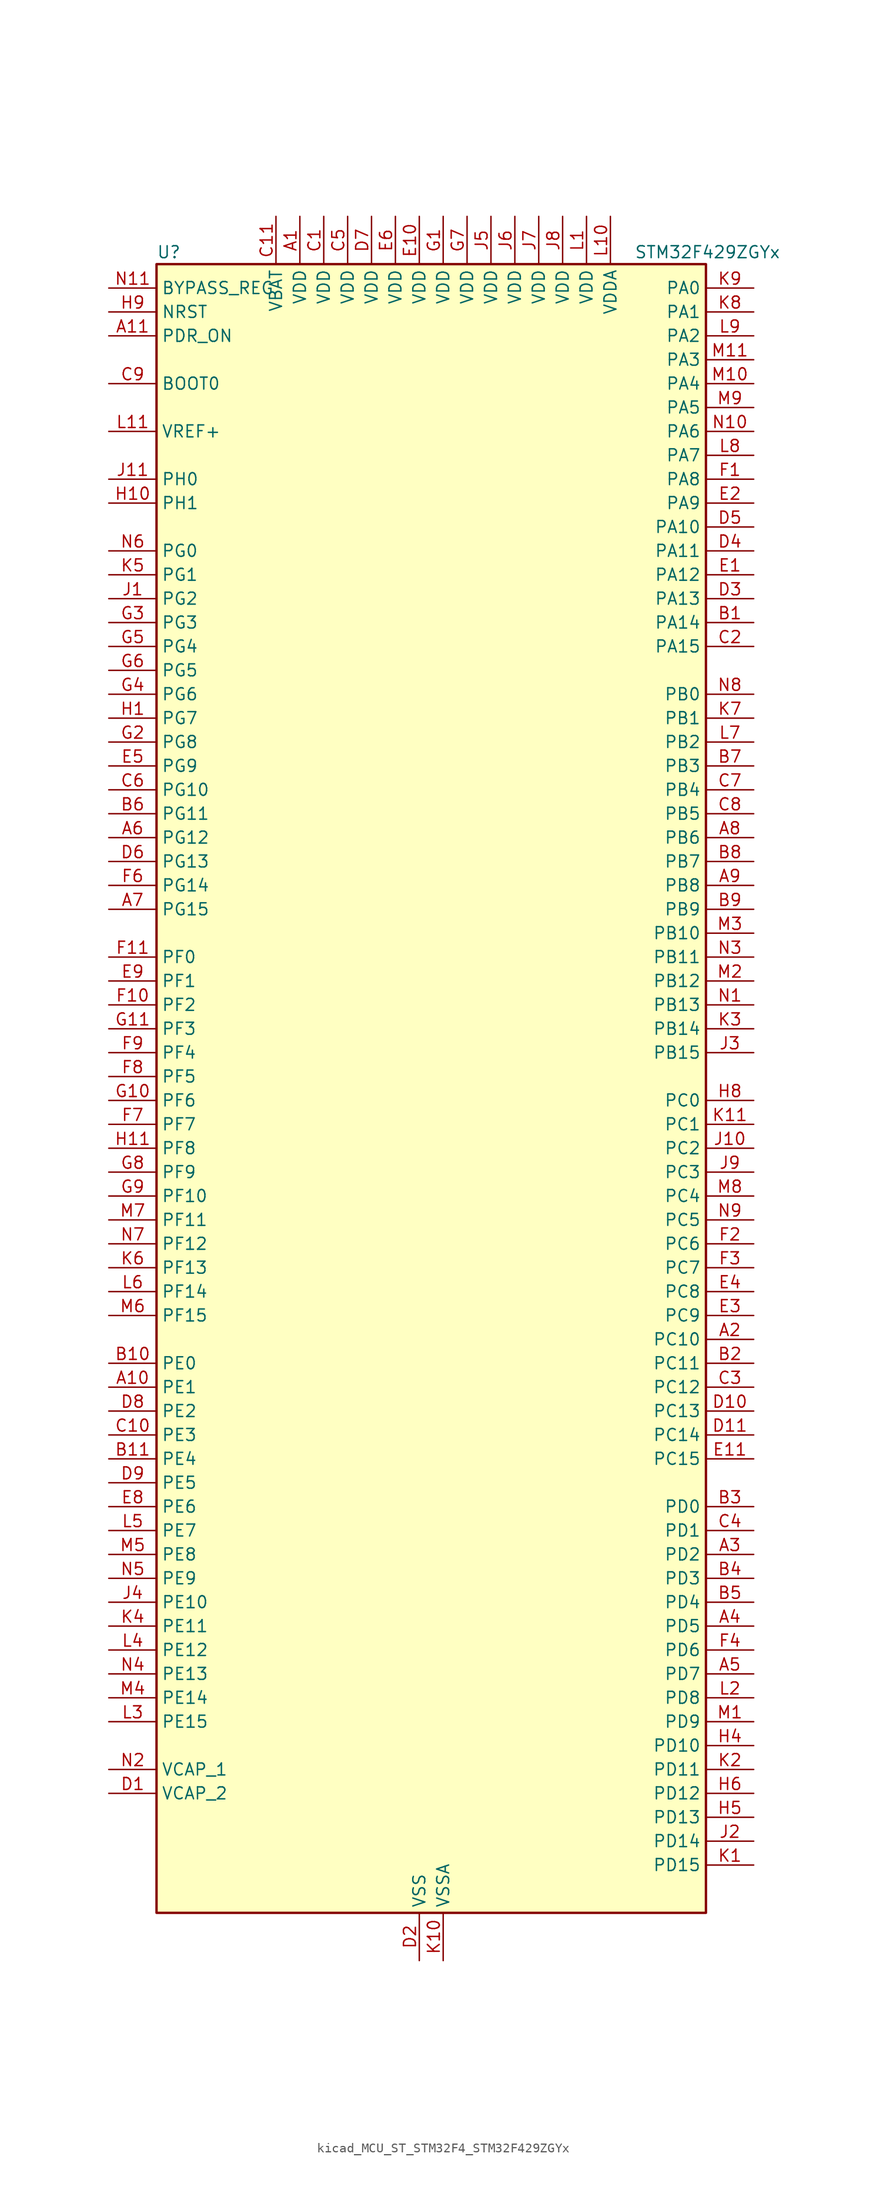
<source format=kicad_sym>
(kicad_symbol_lib
  (version 20220914)
  (generator kicad_symbol_editor)
  (symbol "kicad_MCU_ST_STM32F4_STM32F429ZGYx"
    (property "Reference" "U"
      (at -27.94 90.17 0)
      (effects (font (size 1.27 1.27)) (justify left)))
    (property "Value" "STM32F429ZGYx"
      (at 22.86 90.17 0)
      (effects (font (size 1.27 1.27)) (justify left)))
    (property "ki_locked" ""
      (at 0 0 0)
      (effects (font (size 1.27 1.27))))
    (symbol "kicad_MCU_ST_STM32F4_STM32F429ZGYx_0_1"
      (rectangle (start -27.94 -86.36) (end 30.48 88.9) (stroke (width 0.254) (type default)) (fill (type background))))
    (symbol "kicad_MCU_ST_STM32F4_STM32F429ZGYx_1_1"
      (pin power_in line (at -12.7 93.98 270) (length 5.08) (name "VDD" (effects (font (size 1.27 1.27)))) (number "A1" (effects (font (size 1.27 1.27)))))
      (pin bidirectional line (at -33.02 -30.48 0) (length 5.08) (name "PE1" (effects (font (size 1.27 1.27)))) (number "A10" (effects (font (size 1.27 1.27)))) (alternate "DCMI_D3" bidirectional line) (alternate "FMC_NBL1" bidirectional line) (alternate "UART8_TX" bidirectional line))
      (pin input line (at -33.02 81.28 0) (length 5.08) (name "PDR_ON" (effects (font (size 1.27 1.27)))) (number "A11" (effects (font (size 1.27 1.27)))))
      (pin bidirectional line (at 35.56 -25.4 180) (length 5.08) (name "PC10" (effects (font (size 1.27 1.27)))) (number "A2" (effects (font (size 1.27 1.27)))) (alternate "DCMI_D8" bidirectional line) (alternate "I2S3_CK" bidirectional line) (alternate "LTDC_R2" bidirectional line) (alternate "SDIO_D2" bidirectional line) (alternate "SPI3_SCK" bidirectional line) (alternate "UART4_TX" bidirectional line) (alternate "USART3_TX" bidirectional line))
      (pin bidirectional line (at 35.56 -48.26 180) (length 5.08) (name "PD2" (effects (font (size 1.27 1.27)))) (number "A3" (effects (font (size 1.27 1.27)))) (alternate "DCMI_D11" bidirectional line) (alternate "SDIO_CMD" bidirectional line) (alternate "TIM3_ETR" bidirectional line) (alternate "UART5_RX" bidirectional line))
      (pin bidirectional line (at 35.56 -55.88 180) (length 5.08) (name "PD5" (effects (font (size 1.27 1.27)))) (number "A4" (effects (font (size 1.27 1.27)))) (alternate "FMC_NWE" bidirectional line) (alternate "USART2_TX" bidirectional line))
      (pin bidirectional line (at 35.56 -60.96 180) (length 5.08) (name "PD7" (effects (font (size 1.27 1.27)))) (number "A5" (effects (font (size 1.27 1.27)))) (alternate "FMC_NCE2" bidirectional line) (alternate "FMC_NE1" bidirectional line) (alternate "USART2_CK" bidirectional line))
      (pin bidirectional line (at -33.02 27.94 0) (length 5.08) (name "PG12" (effects (font (size 1.27 1.27)))) (number "A6" (effects (font (size 1.27 1.27)))) (alternate "FMC_NE4" bidirectional line) (alternate "LTDC_B1" bidirectional line) (alternate "LTDC_B4" bidirectional line) (alternate "SPI6_MISO" bidirectional line) (alternate "USART6_RTS" bidirectional line))
      (pin bidirectional line (at -33.02 20.32 0) (length 5.08) (name "PG15" (effects (font (size 1.27 1.27)))) (number "A7" (effects (font (size 1.27 1.27)))) (alternate "ADC1_EXTI15" bidirectional line) (alternate "ADC2_EXTI15" bidirectional line) (alternate "ADC3_EXTI15" bidirectional line) (alternate "DCMI_D13" bidirectional line) (alternate "FMC_SDNCAS" bidirectional line) (alternate "USART6_CTS" bidirectional line))
      (pin bidirectional line (at 35.56 27.94 180) (length 5.08) (name "PB6" (effects (font (size 1.27 1.27)))) (number "A8" (effects (font (size 1.27 1.27)))) (alternate "CAN2_TX" bidirectional line) (alternate "DCMI_D5" bidirectional line) (alternate "FMC_SDNE1" bidirectional line) (alternate "I2C1_SCL" bidirectional line) (alternate "TIM4_CH1" bidirectional line) (alternate "USART1_TX" bidirectional line))
      (pin bidirectional line (at 35.56 22.86 180) (length 5.08) (name "PB8" (effects (font (size 1.27 1.27)))) (number "A9" (effects (font (size 1.27 1.27)))) (alternate "CAN1_RX" bidirectional line) (alternate "DCMI_D6" bidirectional line) (alternate "ETH_TXD3" bidirectional line) (alternate "I2C1_SCL" bidirectional line) (alternate "LTDC_B6" bidirectional line) (alternate "SDIO_D4" bidirectional line) (alternate "TIM10_CH1" bidirectional line) (alternate "TIM4_CH3" bidirectional line))
      (pin bidirectional line (at 35.56 50.8 180) (length 5.08) (name "PA14" (effects (font (size 1.27 1.27)))) (number "B1" (effects (font (size 1.27 1.27)))) (alternate "SYS_JTCK-SWCLK" bidirectional line))
      (pin bidirectional line (at -33.02 -27.94 0) (length 5.08) (name "PE0" (effects (font (size 1.27 1.27)))) (number "B10" (effects (font (size 1.27 1.27)))) (alternate "DCMI_D2" bidirectional line) (alternate "FMC_NBL0" bidirectional line) (alternate "TIM4_ETR" bidirectional line) (alternate "UART8_RX" bidirectional line))
      (pin bidirectional line (at -33.02 -38.1 0) (length 5.08) (name "PE4" (effects (font (size 1.27 1.27)))) (number "B11" (effects (font (size 1.27 1.27)))) (alternate "DCMI_D4" bidirectional line) (alternate "FMC_A20" bidirectional line) (alternate "LTDC_B0" bidirectional line) (alternate "SAI1_FS_A" bidirectional line) (alternate "SPI4_NSS" bidirectional line) (alternate "SYS_TRACED1" bidirectional line))
      (pin bidirectional line (at 35.56 -27.94 180) (length 5.08) (name "PC11" (effects (font (size 1.27 1.27)))) (number "B2" (effects (font (size 1.27 1.27)))) (alternate "ADC1_EXTI11" bidirectional line) (alternate "ADC2_EXTI11" bidirectional line) (alternate "ADC3_EXTI11" bidirectional line) (alternate "DCMI_D4" bidirectional line) (alternate "I2S3_ext_SD" bidirectional line) (alternate "SDIO_D3" bidirectional line) (alternate "SPI3_MISO" bidirectional line) (alternate "UART4_RX" bidirectional line) (alternate "USART3_RX" bidirectional line))
      (pin bidirectional line (at 35.56 -43.18 180) (length 5.08) (name "PD0" (effects (font (size 1.27 1.27)))) (number "B3" (effects (font (size 1.27 1.27)))) (alternate "CAN1_RX" bidirectional line) (alternate "FMC_D2" bidirectional line) (alternate "FMC_DA2" bidirectional line))
      (pin bidirectional line (at 35.56 -50.8 180) (length 5.08) (name "PD3" (effects (font (size 1.27 1.27)))) (number "B4" (effects (font (size 1.27 1.27)))) (alternate "DCMI_D5" bidirectional line) (alternate "FMC_CLK" bidirectional line) (alternate "I2S2_CK" bidirectional line) (alternate "LTDC_G7" bidirectional line) (alternate "SPI2_SCK" bidirectional line) (alternate "USART2_CTS" bidirectional line))
      (pin bidirectional line (at 35.56 -53.34 180) (length 5.08) (name "PD4" (effects (font (size 1.27 1.27)))) (number "B5" (effects (font (size 1.27 1.27)))) (alternate "FMC_NOE" bidirectional line) (alternate "USART2_RTS" bidirectional line))
      (pin bidirectional line (at -33.02 30.48 0) (length 5.08) (name "PG11" (effects (font (size 1.27 1.27)))) (number "B6" (effects (font (size 1.27 1.27)))) (alternate "ADC1_EXTI11" bidirectional line) (alternate "ADC2_EXTI11" bidirectional line) (alternate "ADC3_EXTI11" bidirectional line) (alternate "DCMI_D3" bidirectional line) (alternate "ETH_TX_EN" bidirectional line) (alternate "FMC_NCE4_2" bidirectional line) (alternate "LTDC_B3" bidirectional line))
      (pin bidirectional line (at 35.56 35.56 180) (length 5.08) (name "PB3" (effects (font (size 1.27 1.27)))) (number "B7" (effects (font (size 1.27 1.27)))) (alternate "I2S3_CK" bidirectional line) (alternate "SPI1_SCK" bidirectional line) (alternate "SPI3_SCK" bidirectional line) (alternate "SYS_JTDO-SWO" bidirectional line) (alternate "TIM2_CH2" bidirectional line))
      (pin bidirectional line (at 35.56 25.4 180) (length 5.08) (name "PB7" (effects (font (size 1.27 1.27)))) (number "B8" (effects (font (size 1.27 1.27)))) (alternate "DCMI_VSYNC" bidirectional line) (alternate "FMC_NL" bidirectional line) (alternate "I2C1_SDA" bidirectional line) (alternate "TIM4_CH2" bidirectional line) (alternate "USART1_RX" bidirectional line))
      (pin bidirectional line (at 35.56 20.32 180) (length 5.08) (name "PB9" (effects (font (size 1.27 1.27)))) (number "B9" (effects (font (size 1.27 1.27)))) (alternate "CAN1_TX" bidirectional line) (alternate "DAC_EXTI9" bidirectional line) (alternate "DCMI_D7" bidirectional line) (alternate "I2C1_SDA" bidirectional line) (alternate "I2S2_WS" bidirectional line) (alternate "LTDC_B7" bidirectional line) (alternate "SDIO_D5" bidirectional line) (alternate "SPI2_NSS" bidirectional line) (alternate "TIM11_CH1" bidirectional line) (alternate "TIM4_CH4" bidirectional line))
      (pin power_in line (at -10.16 93.98 270) (length 5.08) (name "VDD" (effects (font (size 1.27 1.27)))) (number "C1" (effects (font (size 1.27 1.27)))))
      (pin bidirectional line (at -33.02 -35.56 0) (length 5.08) (name "PE3" (effects (font (size 1.27 1.27)))) (number "C10" (effects (font (size 1.27 1.27)))) (alternate "FMC_A19" bidirectional line) (alternate "SAI1_SD_B" bidirectional line) (alternate "SYS_TRACED0" bidirectional line))
      (pin power_in line (at -15.24 93.98 270) (length 5.08) (name "VBAT" (effects (font (size 1.27 1.27)))) (number "C11" (effects (font (size 1.27 1.27)))))
      (pin bidirectional line (at 35.56 48.26 180) (length 5.08) (name "PA15" (effects (font (size 1.27 1.27)))) (number "C2" (effects (font (size 1.27 1.27)))) (alternate "ADC1_EXTI15" bidirectional line) (alternate "ADC2_EXTI15" bidirectional line) (alternate "ADC3_EXTI15" bidirectional line) (alternate "I2S3_WS" bidirectional line) (alternate "SPI1_NSS" bidirectional line) (alternate "SPI3_NSS" bidirectional line) (alternate "SYS_JTDI" bidirectional line) (alternate "TIM2_CH1" bidirectional line) (alternate "TIM2_ETR" bidirectional line))
      (pin bidirectional line (at 35.56 -30.48 180) (length 5.08) (name "PC12" (effects (font (size 1.27 1.27)))) (number "C3" (effects (font (size 1.27 1.27)))) (alternate "DCMI_D9" bidirectional line) (alternate "I2S3_SD" bidirectional line) (alternate "SDIO_CK" bidirectional line) (alternate "SPI3_MOSI" bidirectional line) (alternate "UART5_TX" bidirectional line) (alternate "USART3_CK" bidirectional line))
      (pin bidirectional line (at 35.56 -45.72 180) (length 5.08) (name "PD1" (effects (font (size 1.27 1.27)))) (number "C4" (effects (font (size 1.27 1.27)))) (alternate "CAN1_TX" bidirectional line) (alternate "FMC_D3" bidirectional line) (alternate "FMC_DA3" bidirectional line))
      (pin power_in line (at -7.62 93.98 270) (length 5.08) (name "VDD" (effects (font (size 1.27 1.27)))) (number "C5" (effects (font (size 1.27 1.27)))))
      (pin bidirectional line (at -33.02 33.02 0) (length 5.08) (name "PG10" (effects (font (size 1.27 1.27)))) (number "C6" (effects (font (size 1.27 1.27)))) (alternate "DCMI_D2" bidirectional line) (alternate "FMC_NCE4_1" bidirectional line) (alternate "FMC_NE3" bidirectional line) (alternate "LTDC_B2" bidirectional line) (alternate "LTDC_G3" bidirectional line))
      (pin bidirectional line (at 35.56 33.02 180) (length 5.08) (name "PB4" (effects (font (size 1.27 1.27)))) (number "C7" (effects (font (size 1.27 1.27)))) (alternate "I2S3_ext_SD" bidirectional line) (alternate "SPI1_MISO" bidirectional line) (alternate "SPI3_MISO" bidirectional line) (alternate "SYS_JTRST" bidirectional line) (alternate "TIM3_CH1" bidirectional line))
      (pin bidirectional line (at 35.56 30.48 180) (length 5.08) (name "PB5" (effects (font (size 1.27 1.27)))) (number "C8" (effects (font (size 1.27 1.27)))) (alternate "CAN2_RX" bidirectional line) (alternate "DCMI_D10" bidirectional line) (alternate "ETH_PPS_OUT" bidirectional line) (alternate "FMC_SDCKE1" bidirectional line) (alternate "I2C1_SMBA" bidirectional line) (alternate "I2S3_SD" bidirectional line) (alternate "SPI1_MOSI" bidirectional line) (alternate "SPI3_MOSI" bidirectional line) (alternate "TIM3_CH2" bidirectional line) (alternate "USB_OTG_HS_ULPI_D7" bidirectional line))
      (pin input line (at -33.02 76.2 0) (length 5.08) (name "BOOT0" (effects (font (size 1.27 1.27)))) (number "C9" (effects (font (size 1.27 1.27)))))
      (pin power_out line (at -33.02 -73.66 0) (length 5.08) (name "VCAP_2" (effects (font (size 1.27 1.27)))) (number "D1" (effects (font (size 1.27 1.27)))))
      (pin bidirectional line (at 35.56 -33.02 180) (length 5.08) (name "PC13" (effects (font (size 1.27 1.27)))) (number "D10" (effects (font (size 1.27 1.27)))) (alternate "RTC_AF1" bidirectional line))
      (pin bidirectional line (at 35.56 -35.56 180) (length 5.08) (name "PC14" (effects (font (size 1.27 1.27)))) (number "D11" (effects (font (size 1.27 1.27)))) (alternate "RCC_OSC32_IN" bidirectional line))
      (pin power_in line (at 0 -91.44 90) (length 5.08) (name "VSS" (effects (font (size 1.27 1.27)))) (number "D2" (effects (font (size 1.27 1.27)))))
      (pin bidirectional line (at 35.56 53.34 180) (length 5.08) (name "PA13" (effects (font (size 1.27 1.27)))) (number "D3" (effects (font (size 1.27 1.27)))) (alternate "SYS_JTMS-SWDIO" bidirectional line))
      (pin bidirectional line (at 35.56 58.42 180) (length 5.08) (name "PA11" (effects (font (size 1.27 1.27)))) (number "D4" (effects (font (size 1.27 1.27)))) (alternate "ADC1_EXTI11" bidirectional line) (alternate "ADC2_EXTI11" bidirectional line) (alternate "ADC3_EXTI11" bidirectional line) (alternate "CAN1_RX" bidirectional line) (alternate "LTDC_R4" bidirectional line) (alternate "TIM1_CH4" bidirectional line) (alternate "USART1_CTS" bidirectional line) (alternate "USB_OTG_FS_DM" bidirectional line))
      (pin bidirectional line (at 35.56 60.96 180) (length 5.08) (name "PA10" (effects (font (size 1.27 1.27)))) (number "D5" (effects (font (size 1.27 1.27)))) (alternate "DCMI_D1" bidirectional line) (alternate "TIM1_CH3" bidirectional line) (alternate "USART1_RX" bidirectional line) (alternate "USB_OTG_FS_ID" bidirectional line))
      (pin bidirectional line (at -33.02 25.4 0) (length 5.08) (name "PG13" (effects (font (size 1.27 1.27)))) (number "D6" (effects (font (size 1.27 1.27)))) (alternate "ETH_TXD0" bidirectional line) (alternate "FMC_A24" bidirectional line) (alternate "SPI6_SCK" bidirectional line) (alternate "USART6_CTS" bidirectional line))
      (pin power_in line (at -5.08 93.98 270) (length 5.08) (name "VDD" (effects (font (size 1.27 1.27)))) (number "D7" (effects (font (size 1.27 1.27)))))
      (pin bidirectional line (at -33.02 -33.02 0) (length 5.08) (name "PE2" (effects (font (size 1.27 1.27)))) (number "D8" (effects (font (size 1.27 1.27)))) (alternate "ETH_TXD3" bidirectional line) (alternate "FMC_A23" bidirectional line) (alternate "SAI1_MCLK_A" bidirectional line) (alternate "SPI4_SCK" bidirectional line) (alternate "SYS_TRACECLK" bidirectional line))
      (pin bidirectional line (at -33.02 -40.64 0) (length 5.08) (name "PE5" (effects (font (size 1.27 1.27)))) (number "D9" (effects (font (size 1.27 1.27)))) (alternate "DCMI_D6" bidirectional line) (alternate "FMC_A21" bidirectional line) (alternate "LTDC_G0" bidirectional line) (alternate "SAI1_SCK_A" bidirectional line) (alternate "SPI4_MISO" bidirectional line) (alternate "SYS_TRACED2" bidirectional line) (alternate "TIM9_CH1" bidirectional line))
      (pin bidirectional line (at 35.56 55.88 180) (length 5.08) (name "PA12" (effects (font (size 1.27 1.27)))) (number "E1" (effects (font (size 1.27 1.27)))) (alternate "CAN1_TX" bidirectional line) (alternate "LTDC_R5" bidirectional line) (alternate "TIM1_ETR" bidirectional line) (alternate "USART1_RTS" bidirectional line) (alternate "USB_OTG_FS_DP" bidirectional line))
      (pin power_in line (at 0 93.98 270) (length 5.08) (name "VDD" (effects (font (size 1.27 1.27)))) (number "E10" (effects (font (size 1.27 1.27)))))
      (pin bidirectional line (at 35.56 -38.1 180) (length 5.08) (name "PC15" (effects (font (size 1.27 1.27)))) (number "E11" (effects (font (size 1.27 1.27)))) (alternate "ADC1_EXTI15" bidirectional line) (alternate "ADC2_EXTI15" bidirectional line) (alternate "ADC3_EXTI15" bidirectional line) (alternate "RCC_OSC32_OUT" bidirectional line))
      (pin bidirectional line (at 35.56 63.5 180) (length 5.08) (name "PA9" (effects (font (size 1.27 1.27)))) (number "E2" (effects (font (size 1.27 1.27)))) (alternate "DAC_EXTI9" bidirectional line) (alternate "DCMI_D0" bidirectional line) (alternate "I2C3_SMBA" bidirectional line) (alternate "TIM1_CH2" bidirectional line) (alternate "USART1_TX" bidirectional line) (alternate "USB_OTG_FS_VBUS" bidirectional line))
      (pin bidirectional line (at 35.56 -22.86 180) (length 5.08) (name "PC9" (effects (font (size 1.27 1.27)))) (number "E3" (effects (font (size 1.27 1.27)))) (alternate "DAC_EXTI9" bidirectional line) (alternate "DCMI_D3" bidirectional line) (alternate "I2C3_SDA" bidirectional line) (alternate "I2S_CKIN" bidirectional line) (alternate "RCC_MCO_2" bidirectional line) (alternate "SDIO_D1" bidirectional line) (alternate "TIM3_CH4" bidirectional line) (alternate "TIM8_CH4" bidirectional line))
      (pin bidirectional line (at 35.56 -20.32 180) (length 5.08) (name "PC8" (effects (font (size 1.27 1.27)))) (number "E4" (effects (font (size 1.27 1.27)))) (alternate "DCMI_D2" bidirectional line) (alternate "SDIO_D0" bidirectional line) (alternate "TIM3_CH3" bidirectional line) (alternate "TIM8_CH3" bidirectional line) (alternate "USART6_CK" bidirectional line))
      (pin bidirectional line (at -33.02 35.56 0) (length 5.08) (name "PG9" (effects (font (size 1.27 1.27)))) (number "E5" (effects (font (size 1.27 1.27)))) (alternate "DAC_EXTI9" bidirectional line) (alternate "DCMI_VSYNC" bidirectional line) (alternate "FMC_NCE3" bidirectional line) (alternate "FMC_NE2" bidirectional line) (alternate "USART6_RX" bidirectional line))
      (pin power_in line (at -2.54 93.98 270) (length 5.08) (name "VDD" (effects (font (size 1.27 1.27)))) (number "E6" (effects (font (size 1.27 1.27)))))
      (pin passive line (at 0 -91.44 90) (length 5.08) hide (name "VSS" (effects (font (size 1.27 1.27)))) (number "E7" (effects (font (size 1.27 1.27)))))
      (pin bidirectional line (at -33.02 -43.18 0) (length 5.08) (name "PE6" (effects (font (size 1.27 1.27)))) (number "E8" (effects (font (size 1.27 1.27)))) (alternate "DCMI_D7" bidirectional line) (alternate "FMC_A22" bidirectional line) (alternate "LTDC_G1" bidirectional line) (alternate "SAI1_SD_A" bidirectional line) (alternate "SPI4_MOSI" bidirectional line) (alternate "SYS_TRACED3" bidirectional line) (alternate "TIM9_CH2" bidirectional line))
      (pin bidirectional line (at -33.02 12.7 0) (length 5.08) (name "PF1" (effects (font (size 1.27 1.27)))) (number "E9" (effects (font (size 1.27 1.27)))) (alternate "FMC_A1" bidirectional line) (alternate "I2C2_SCL" bidirectional line))
      (pin bidirectional line (at 35.56 66.04 180) (length 5.08) (name "PA8" (effects (font (size 1.27 1.27)))) (number "F1" (effects (font (size 1.27 1.27)))) (alternate "I2C3_SCL" bidirectional line) (alternate "LTDC_R6" bidirectional line) (alternate "RCC_MCO_1" bidirectional line) (alternate "TIM1_CH1" bidirectional line) (alternate "USART1_CK" bidirectional line) (alternate "USB_OTG_FS_SOF" bidirectional line))
      (pin bidirectional line (at -33.02 10.16 0) (length 5.08) (name "PF2" (effects (font (size 1.27 1.27)))) (number "F10" (effects (font (size 1.27 1.27)))) (alternate "FMC_A2" bidirectional line) (alternate "I2C2_SMBA" bidirectional line))
      (pin bidirectional line (at -33.02 15.24 0) (length 5.08) (name "PF0" (effects (font (size 1.27 1.27)))) (number "F11" (effects (font (size 1.27 1.27)))) (alternate "FMC_A0" bidirectional line) (alternate "I2C2_SDA" bidirectional line))
      (pin bidirectional line (at 35.56 -15.24 180) (length 5.08) (name "PC6" (effects (font (size 1.27 1.27)))) (number "F2" (effects (font (size 1.27 1.27)))) (alternate "DCMI_D0" bidirectional line) (alternate "I2S2_MCK" bidirectional line) (alternate "LTDC_HSYNC" bidirectional line) (alternate "SDIO_D6" bidirectional line) (alternate "TIM3_CH1" bidirectional line) (alternate "TIM8_CH1" bidirectional line) (alternate "USART6_TX" bidirectional line))
      (pin bidirectional line (at 35.56 -17.78 180) (length 5.08) (name "PC7" (effects (font (size 1.27 1.27)))) (number "F3" (effects (font (size 1.27 1.27)))) (alternate "DCMI_D1" bidirectional line) (alternate "I2S3_MCK" bidirectional line) (alternate "LTDC_G6" bidirectional line) (alternate "SDIO_D7" bidirectional line) (alternate "TIM3_CH2" bidirectional line) (alternate "TIM8_CH2" bidirectional line) (alternate "USART6_RX" bidirectional line))
      (pin bidirectional line (at 35.56 -58.42 180) (length 5.08) (name "PD6" (effects (font (size 1.27 1.27)))) (number "F4" (effects (font (size 1.27 1.27)))) (alternate "DCMI_D10" bidirectional line) (alternate "FMC_NWAIT" bidirectional line) (alternate "I2S3_SD" bidirectional line) (alternate "LTDC_B2" bidirectional line) (alternate "SAI1_SD_A" bidirectional line) (alternate "SPI3_MOSI" bidirectional line) (alternate "USART2_RX" bidirectional line))
      (pin passive line (at 0 -91.44 90) (length 5.08) hide (name "VSS" (effects (font (size 1.27 1.27)))) (number "F5" (effects (font (size 1.27 1.27)))))
      (pin bidirectional line (at -33.02 22.86 0) (length 5.08) (name "PG14" (effects (font (size 1.27 1.27)))) (number "F6" (effects (font (size 1.27 1.27)))) (alternate "ETH_TXD1" bidirectional line) (alternate "FMC_A25" bidirectional line) (alternate "SPI6_MOSI" bidirectional line) (alternate "USART6_TX" bidirectional line))
      (pin bidirectional line (at -33.02 -2.54 0) (length 5.08) (name "PF7" (effects (font (size 1.27 1.27)))) (number "F7" (effects (font (size 1.27 1.27)))) (alternate "ADC3_IN5" bidirectional line) (alternate "FMC_NREG" bidirectional line) (alternate "SAI1_MCLK_B" bidirectional line) (alternate "SPI5_SCK" bidirectional line) (alternate "TIM11_CH1" bidirectional line) (alternate "UART7_TX" bidirectional line))
      (pin bidirectional line (at -33.02 2.54 0) (length 5.08) (name "PF5" (effects (font (size 1.27 1.27)))) (number "F8" (effects (font (size 1.27 1.27)))) (alternate "ADC3_IN15" bidirectional line) (alternate "FMC_A5" bidirectional line))
      (pin bidirectional line (at -33.02 5.08 0) (length 5.08) (name "PF4" (effects (font (size 1.27 1.27)))) (number "F9" (effects (font (size 1.27 1.27)))) (alternate "ADC3_IN14" bidirectional line) (alternate "FMC_A4" bidirectional line))
      (pin power_in line (at 2.54 93.98 270) (length 5.08) (name "VDD" (effects (font (size 1.27 1.27)))) (number "G1" (effects (font (size 1.27 1.27)))))
      (pin bidirectional line (at -33.02 0 0) (length 5.08) (name "PF6" (effects (font (size 1.27 1.27)))) (number "G10" (effects (font (size 1.27 1.27)))) (alternate "ADC3_IN4" bidirectional line) (alternate "FMC_NIORD" bidirectional line) (alternate "SAI1_SD_B" bidirectional line) (alternate "SPI5_NSS" bidirectional line) (alternate "TIM10_CH1" bidirectional line) (alternate "UART7_RX" bidirectional line))
      (pin bidirectional line (at -33.02 7.62 0) (length 5.08) (name "PF3" (effects (font (size 1.27 1.27)))) (number "G11" (effects (font (size 1.27 1.27)))) (alternate "ADC3_IN9" bidirectional line) (alternate "FMC_A3" bidirectional line))
      (pin bidirectional line (at -33.02 38.1 0) (length 5.08) (name "PG8" (effects (font (size 1.27 1.27)))) (number "G2" (effects (font (size 1.27 1.27)))) (alternate "ETH_PPS_OUT" bidirectional line) (alternate "FMC_SDCLK" bidirectional line) (alternate "SPI6_NSS" bidirectional line) (alternate "USART6_RTS" bidirectional line))
      (pin bidirectional line (at -33.02 50.8 0) (length 5.08) (name "PG3" (effects (font (size 1.27 1.27)))) (number "G3" (effects (font (size 1.27 1.27)))) (alternate "FMC_A13" bidirectional line))
      (pin bidirectional line (at -33.02 43.18 0) (length 5.08) (name "PG6" (effects (font (size 1.27 1.27)))) (number "G4" (effects (font (size 1.27 1.27)))) (alternate "DCMI_D12" bidirectional line) (alternate "FMC_INT2" bidirectional line) (alternate "LTDC_R7" bidirectional line))
      (pin bidirectional line (at -33.02 48.26 0) (length 5.08) (name "PG4" (effects (font (size 1.27 1.27)))) (number "G5" (effects (font (size 1.27 1.27)))) (alternate "FMC_A14" bidirectional line) (alternate "FMC_BA0" bidirectional line))
      (pin bidirectional line (at -33.02 45.72 0) (length 5.08) (name "PG5" (effects (font (size 1.27 1.27)))) (number "G6" (effects (font (size 1.27 1.27)))) (alternate "FMC_A15" bidirectional line) (alternate "FMC_BA1" bidirectional line))
      (pin power_in line (at 5.08 93.98 270) (length 5.08) (name "VDD" (effects (font (size 1.27 1.27)))) (number "G7" (effects (font (size 1.27 1.27)))))
      (pin bidirectional line (at -33.02 -7.62 0) (length 5.08) (name "PF9" (effects (font (size 1.27 1.27)))) (number "G8" (effects (font (size 1.27 1.27)))) (alternate "ADC3_IN7" bidirectional line) (alternate "DAC_EXTI9" bidirectional line) (alternate "FMC_CD" bidirectional line) (alternate "SAI1_FS_B" bidirectional line) (alternate "SPI5_MOSI" bidirectional line) (alternate "TIM14_CH1" bidirectional line))
      (pin bidirectional line (at -33.02 -10.16 0) (length 5.08) (name "PF10" (effects (font (size 1.27 1.27)))) (number "G9" (effects (font (size 1.27 1.27)))) (alternate "ADC3_IN8" bidirectional line) (alternate "DCMI_D11" bidirectional line) (alternate "FMC_INTR" bidirectional line) (alternate "LTDC_DE" bidirectional line))
      (pin bidirectional line (at -33.02 40.64 0) (length 5.08) (name "PG7" (effects (font (size 1.27 1.27)))) (number "H1" (effects (font (size 1.27 1.27)))) (alternate "DCMI_D13" bidirectional line) (alternate "FMC_INT3" bidirectional line) (alternate "LTDC_CLK" bidirectional line) (alternate "USART6_CK" bidirectional line))
      (pin bidirectional line (at -33.02 63.5 0) (length 5.08) (name "PH1" (effects (font (size 1.27 1.27)))) (number "H10" (effects (font (size 1.27 1.27)))) (alternate "RCC_OSC_OUT" bidirectional line))
      (pin bidirectional line (at -33.02 -5.08 0) (length 5.08) (name "PF8" (effects (font (size 1.27 1.27)))) (number "H11" (effects (font (size 1.27 1.27)))) (alternate "ADC3_IN6" bidirectional line) (alternate "FMC_NIOWR" bidirectional line) (alternate "SAI1_SCK_B" bidirectional line) (alternate "SPI5_MISO" bidirectional line) (alternate "TIM13_CH1" bidirectional line))
      (pin passive line (at 0 -91.44 90) (length 5.08) hide (name "VSS" (effects (font (size 1.27 1.27)))) (number "H2" (effects (font (size 1.27 1.27)))))
      (pin passive line (at 0 -91.44 90) (length 5.08) hide (name "VSS" (effects (font (size 1.27 1.27)))) (number "H3" (effects (font (size 1.27 1.27)))))
      (pin bidirectional line (at 35.56 -68.58 180) (length 5.08) (name "PD10" (effects (font (size 1.27 1.27)))) (number "H4" (effects (font (size 1.27 1.27)))) (alternate "FMC_D15" bidirectional line) (alternate "FMC_DA15" bidirectional line) (alternate "LTDC_B3" bidirectional line) (alternate "USART3_CK" bidirectional line))
      (pin bidirectional line (at 35.56 -76.2 180) (length 5.08) (name "PD13" (effects (font (size 1.27 1.27)))) (number "H5" (effects (font (size 1.27 1.27)))) (alternate "FMC_A18" bidirectional line) (alternate "TIM4_CH2" bidirectional line))
      (pin bidirectional line (at 35.56 -73.66 180) (length 5.08) (name "PD12" (effects (font (size 1.27 1.27)))) (number "H6" (effects (font (size 1.27 1.27)))) (alternate "FMC_A17" bidirectional line) (alternate "FMC_ALE" bidirectional line) (alternate "TIM4_CH1" bidirectional line) (alternate "USART3_RTS" bidirectional line))
      (pin passive line (at 0 -91.44 90) (length 5.08) hide (name "VSS" (effects (font (size 1.27 1.27)))) (number "H7" (effects (font (size 1.27 1.27)))))
      (pin bidirectional line (at 35.56 0 180) (length 5.08) (name "PC0" (effects (font (size 1.27 1.27)))) (number "H8" (effects (font (size 1.27 1.27)))) (alternate "ADC1_IN10" bidirectional line) (alternate "ADC2_IN10" bidirectional line) (alternate "ADC3_IN10" bidirectional line) (alternate "FMC_SDNWE" bidirectional line) (alternate "USB_OTG_HS_ULPI_STP" bidirectional line))
      (pin input line (at -33.02 83.82 0) (length 5.08) (name "NRST" (effects (font (size 1.27 1.27)))) (number "H9" (effects (font (size 1.27 1.27)))))
      (pin bidirectional line (at -33.02 53.34 0) (length 5.08) (name "PG2" (effects (font (size 1.27 1.27)))) (number "J1" (effects (font (size 1.27 1.27)))) (alternate "FMC_A12" bidirectional line))
      (pin bidirectional line (at 35.56 -5.08 180) (length 5.08) (name "PC2" (effects (font (size 1.27 1.27)))) (number "J10" (effects (font (size 1.27 1.27)))) (alternate "ADC1_IN12" bidirectional line) (alternate "ADC2_IN12" bidirectional line) (alternate "ADC3_IN12" bidirectional line) (alternate "ETH_TXD2" bidirectional line) (alternate "FMC_SDNE0" bidirectional line) (alternate "I2S2_ext_SD" bidirectional line) (alternate "SPI2_MISO" bidirectional line) (alternate "USB_OTG_HS_ULPI_DIR" bidirectional line))
      (pin bidirectional line (at -33.02 66.04 0) (length 5.08) (name "PH0" (effects (font (size 1.27 1.27)))) (number "J11" (effects (font (size 1.27 1.27)))) (alternate "RCC_OSC_IN" bidirectional line))
      (pin bidirectional line (at 35.56 -78.74 180) (length 5.08) (name "PD14" (effects (font (size 1.27 1.27)))) (number "J2" (effects (font (size 1.27 1.27)))) (alternate "FMC_D0" bidirectional line) (alternate "FMC_DA0" bidirectional line) (alternate "TIM4_CH3" bidirectional line))
      (pin bidirectional line (at 35.56 5.08 180) (length 5.08) (name "PB15" (effects (font (size 1.27 1.27)))) (number "J3" (effects (font (size 1.27 1.27)))) (alternate "ADC1_EXTI15" bidirectional line) (alternate "ADC2_EXTI15" bidirectional line) (alternate "ADC3_EXTI15" bidirectional line) (alternate "I2S2_SD" bidirectional line) (alternate "RTC_REFIN" bidirectional line) (alternate "SPI2_MOSI" bidirectional line) (alternate "TIM12_CH2" bidirectional line) (alternate "TIM1_CH3N" bidirectional line) (alternate "TIM8_CH3N" bidirectional line) (alternate "USB_OTG_HS_DP" bidirectional line))
      (pin bidirectional line (at -33.02 -53.34 0) (length 5.08) (name "PE10" (effects (font (size 1.27 1.27)))) (number "J4" (effects (font (size 1.27 1.27)))) (alternate "FMC_D7" bidirectional line) (alternate "FMC_DA7" bidirectional line) (alternate "TIM1_CH2N" bidirectional line))
      (pin power_in line (at 7.62 93.98 270) (length 5.08) (name "VDD" (effects (font (size 1.27 1.27)))) (number "J5" (effects (font (size 1.27 1.27)))))
      (pin power_in line (at 10.16 93.98 270) (length 5.08) (name "VDD" (effects (font (size 1.27 1.27)))) (number "J6" (effects (font (size 1.27 1.27)))))
      (pin power_in line (at 12.7 93.98 270) (length 5.08) (name "VDD" (effects (font (size 1.27 1.27)))) (number "J7" (effects (font (size 1.27 1.27)))))
      (pin power_in line (at 15.24 93.98 270) (length 5.08) (name "VDD" (effects (font (size 1.27 1.27)))) (number "J8" (effects (font (size 1.27 1.27)))))
      (pin bidirectional line (at 35.56 -7.62 180) (length 5.08) (name "PC3" (effects (font (size 1.27 1.27)))) (number "J9" (effects (font (size 1.27 1.27)))) (alternate "ADC1_IN13" bidirectional line) (alternate "ADC2_IN13" bidirectional line) (alternate "ADC3_IN13" bidirectional line) (alternate "ETH_TX_CLK" bidirectional line) (alternate "FMC_SDCKE0" bidirectional line) (alternate "I2S2_SD" bidirectional line) (alternate "SPI2_MOSI" bidirectional line) (alternate "USB_OTG_HS_ULPI_NXT" bidirectional line))
      (pin bidirectional line (at 35.56 -81.28 180) (length 5.08) (name "PD15" (effects (font (size 1.27 1.27)))) (number "K1" (effects (font (size 1.27 1.27)))) (alternate "ADC1_EXTI15" bidirectional line) (alternate "ADC2_EXTI15" bidirectional line) (alternate "ADC3_EXTI15" bidirectional line) (alternate "FMC_D1" bidirectional line) (alternate "FMC_DA1" bidirectional line) (alternate "TIM4_CH4" bidirectional line))
      (pin power_in line (at 2.54 -91.44 90) (length 5.08) (name "VSSA" (effects (font (size 1.27 1.27)))) (number "K10" (effects (font (size 1.27 1.27)))))
      (pin bidirectional line (at 35.56 -2.54 180) (length 5.08) (name "PC1" (effects (font (size 1.27 1.27)))) (number "K11" (effects (font (size 1.27 1.27)))) (alternate "ADC1_IN11" bidirectional line) (alternate "ADC2_IN11" bidirectional line) (alternate "ADC3_IN11" bidirectional line) (alternate "ETH_MDC" bidirectional line))
      (pin bidirectional line (at 35.56 -71.12 180) (length 5.08) (name "PD11" (effects (font (size 1.27 1.27)))) (number "K2" (effects (font (size 1.27 1.27)))) (alternate "ADC1_EXTI11" bidirectional line) (alternate "ADC2_EXTI11" bidirectional line) (alternate "ADC3_EXTI11" bidirectional line) (alternate "FMC_A16" bidirectional line) (alternate "FMC_CLE" bidirectional line) (alternate "USART3_CTS" bidirectional line))
      (pin bidirectional line (at 35.56 7.62 180) (length 5.08) (name "PB14" (effects (font (size 1.27 1.27)))) (number "K3" (effects (font (size 1.27 1.27)))) (alternate "I2S2_ext_SD" bidirectional line) (alternate "SPI2_MISO" bidirectional line) (alternate "TIM12_CH1" bidirectional line) (alternate "TIM1_CH2N" bidirectional line) (alternate "TIM8_CH2N" bidirectional line) (alternate "USART3_RTS" bidirectional line) (alternate "USB_OTG_HS_DM" bidirectional line))
      (pin bidirectional line (at -33.02 -55.88 0) (length 5.08) (name "PE11" (effects (font (size 1.27 1.27)))) (number "K4" (effects (font (size 1.27 1.27)))) (alternate "ADC1_EXTI11" bidirectional line) (alternate "ADC2_EXTI11" bidirectional line) (alternate "ADC3_EXTI11" bidirectional line) (alternate "FMC_D8" bidirectional line) (alternate "FMC_DA8" bidirectional line) (alternate "LTDC_G3" bidirectional line) (alternate "SPI4_NSS" bidirectional line) (alternate "TIM1_CH2" bidirectional line))
      (pin bidirectional line (at -33.02 55.88 0) (length 5.08) (name "PG1" (effects (font (size 1.27 1.27)))) (number "K5" (effects (font (size 1.27 1.27)))) (alternate "FMC_A11" bidirectional line))
      (pin bidirectional line (at -33.02 -17.78 0) (length 5.08) (name "PF13" (effects (font (size 1.27 1.27)))) (number "K6" (effects (font (size 1.27 1.27)))) (alternate "FMC_A7" bidirectional line))
      (pin bidirectional line (at 35.56 40.64 180) (length 5.08) (name "PB1" (effects (font (size 1.27 1.27)))) (number "K7" (effects (font (size 1.27 1.27)))) (alternate "ADC1_IN9" bidirectional line) (alternate "ADC2_IN9" bidirectional line) (alternate "ETH_RXD3" bidirectional line) (alternate "LTDC_R6" bidirectional line) (alternate "TIM1_CH3N" bidirectional line) (alternate "TIM3_CH4" bidirectional line) (alternate "TIM8_CH3N" bidirectional line) (alternate "USB_OTG_HS_ULPI_D2" bidirectional line))
      (pin bidirectional line (at 35.56 83.82 180) (length 5.08) (name "PA1" (effects (font (size 1.27 1.27)))) (number "K8" (effects (font (size 1.27 1.27)))) (alternate "ADC1_IN1" bidirectional line) (alternate "ADC2_IN1" bidirectional line) (alternate "ADC3_IN1" bidirectional line) (alternate "ETH_REF_CLK" bidirectional line) (alternate "ETH_RX_CLK" bidirectional line) (alternate "TIM2_CH2" bidirectional line) (alternate "TIM5_CH2" bidirectional line) (alternate "UART4_RX" bidirectional line) (alternate "USART2_RTS" bidirectional line))
      (pin bidirectional line (at 35.56 86.36 180) (length 5.08) (name "PA0" (effects (font (size 1.27 1.27)))) (number "K9" (effects (font (size 1.27 1.27)))) (alternate "ADC1_IN0" bidirectional line) (alternate "ADC2_IN0" bidirectional line) (alternate "ADC3_IN0" bidirectional line) (alternate "ETH_CRS" bidirectional line) (alternate "SYS_WKUP" bidirectional line) (alternate "TIM2_CH1" bidirectional line) (alternate "TIM2_ETR" bidirectional line) (alternate "TIM5_CH1" bidirectional line) (alternate "TIM8_ETR" bidirectional line) (alternate "UART4_TX" bidirectional line) (alternate "USART2_CTS" bidirectional line))
      (pin power_in line (at 17.78 93.98 270) (length 5.08) (name "VDD" (effects (font (size 1.27 1.27)))) (number "L1" (effects (font (size 1.27 1.27)))))
      (pin power_in line (at 20.32 93.98 270) (length 5.08) (name "VDDA" (effects (font (size 1.27 1.27)))) (number "L10" (effects (font (size 1.27 1.27)))))
      (pin input line (at -33.02 71.12 0) (length 5.08) (name "VREF+" (effects (font (size 1.27 1.27)))) (number "L11" (effects (font (size 1.27 1.27)))))
      (pin bidirectional line (at 35.56 -63.5 180) (length 5.08) (name "PD8" (effects (font (size 1.27 1.27)))) (number "L2" (effects (font (size 1.27 1.27)))) (alternate "FMC_D13" bidirectional line) (alternate "FMC_DA13" bidirectional line) (alternate "USART3_TX" bidirectional line))
      (pin bidirectional line (at -33.02 -66.04 0) (length 5.08) (name "PE15" (effects (font (size 1.27 1.27)))) (number "L3" (effects (font (size 1.27 1.27)))) (alternate "ADC1_EXTI15" bidirectional line) (alternate "ADC2_EXTI15" bidirectional line) (alternate "ADC3_EXTI15" bidirectional line) (alternate "FMC_D12" bidirectional line) (alternate "FMC_DA12" bidirectional line) (alternate "LTDC_R7" bidirectional line) (alternate "TIM1_BKIN" bidirectional line))
      (pin bidirectional line (at -33.02 -58.42 0) (length 5.08) (name "PE12" (effects (font (size 1.27 1.27)))) (number "L4" (effects (font (size 1.27 1.27)))) (alternate "FMC_D9" bidirectional line) (alternate "FMC_DA9" bidirectional line) (alternate "LTDC_B4" bidirectional line) (alternate "SPI4_SCK" bidirectional line) (alternate "TIM1_CH3N" bidirectional line))
      (pin bidirectional line (at -33.02 -45.72 0) (length 5.08) (name "PE7" (effects (font (size 1.27 1.27)))) (number "L5" (effects (font (size 1.27 1.27)))) (alternate "FMC_D4" bidirectional line) (alternate "FMC_DA4" bidirectional line) (alternate "TIM1_ETR" bidirectional line) (alternate "UART7_RX" bidirectional line))
      (pin bidirectional line (at -33.02 -20.32 0) (length 5.08) (name "PF14" (effects (font (size 1.27 1.27)))) (number "L6" (effects (font (size 1.27 1.27)))) (alternate "FMC_A8" bidirectional line))
      (pin bidirectional line (at 35.56 38.1 180) (length 5.08) (name "PB2" (effects (font (size 1.27 1.27)))) (number "L7" (effects (font (size 1.27 1.27)))))
      (pin bidirectional line (at 35.56 68.58 180) (length 5.08) (name "PA7" (effects (font (size 1.27 1.27)))) (number "L8" (effects (font (size 1.27 1.27)))) (alternate "ADC1_IN7" bidirectional line) (alternate "ADC2_IN7" bidirectional line) (alternate "ETH_CRS_DV" bidirectional line) (alternate "ETH_RX_DV" bidirectional line) (alternate "SPI1_MOSI" bidirectional line) (alternate "TIM14_CH1" bidirectional line) (alternate "TIM1_CH1N" bidirectional line) (alternate "TIM3_CH2" bidirectional line) (alternate "TIM8_CH1N" bidirectional line))
      (pin bidirectional line (at 35.56 81.28 180) (length 5.08) (name "PA2" (effects (font (size 1.27 1.27)))) (number "L9" (effects (font (size 1.27 1.27)))) (alternate "ADC1_IN2" bidirectional line) (alternate "ADC2_IN2" bidirectional line) (alternate "ADC3_IN2" bidirectional line) (alternate "ETH_MDIO" bidirectional line) (alternate "TIM2_CH3" bidirectional line) (alternate "TIM5_CH3" bidirectional line) (alternate "TIM9_CH1" bidirectional line) (alternate "USART2_TX" bidirectional line))
      (pin bidirectional line (at 35.56 -66.04 180) (length 5.08) (name "PD9" (effects (font (size 1.27 1.27)))) (number "M1" (effects (font (size 1.27 1.27)))) (alternate "DAC_EXTI9" bidirectional line) (alternate "FMC_D14" bidirectional line) (alternate "FMC_DA14" bidirectional line) (alternate "USART3_RX" bidirectional line))
      (pin bidirectional line (at 35.56 76.2 180) (length 5.08) (name "PA4" (effects (font (size 1.27 1.27)))) (number "M10" (effects (font (size 1.27 1.27)))) (alternate "ADC1_IN4" bidirectional line) (alternate "ADC2_IN4" bidirectional line) (alternate "DAC_OUT1" bidirectional line) (alternate "DCMI_HSYNC" bidirectional line) (alternate "I2S3_WS" bidirectional line) (alternate "LTDC_VSYNC" bidirectional line) (alternate "SPI1_NSS" bidirectional line) (alternate "SPI3_NSS" bidirectional line) (alternate "USART2_CK" bidirectional line) (alternate "USB_OTG_HS_SOF" bidirectional line))
      (pin bidirectional line (at 35.56 78.74 180) (length 5.08) (name "PA3" (effects (font (size 1.27 1.27)))) (number "M11" (effects (font (size 1.27 1.27)))) (alternate "ADC1_IN3" bidirectional line) (alternate "ADC2_IN3" bidirectional line) (alternate "ADC3_IN3" bidirectional line) (alternate "ETH_COL" bidirectional line) (alternate "LTDC_B5" bidirectional line) (alternate "TIM2_CH4" bidirectional line) (alternate "TIM5_CH4" bidirectional line) (alternate "TIM9_CH2" bidirectional line) (alternate "USART2_RX" bidirectional line) (alternate "USB_OTG_HS_ULPI_D0" bidirectional line))
      (pin bidirectional line (at 35.56 12.7 180) (length 5.08) (name "PB12" (effects (font (size 1.27 1.27)))) (number "M2" (effects (font (size 1.27 1.27)))) (alternate "CAN2_RX" bidirectional line) (alternate "ETH_TXD0" bidirectional line) (alternate "I2C2_SMBA" bidirectional line) (alternate "I2S2_WS" bidirectional line) (alternate "SPI2_NSS" bidirectional line) (alternate "TIM1_BKIN" bidirectional line) (alternate "USART3_CK" bidirectional line) (alternate "USB_OTG_HS_ID" bidirectional line) (alternate "USB_OTG_HS_ULPI_D5" bidirectional line))
      (pin bidirectional line (at 35.56 17.78 180) (length 5.08) (name "PB10" (effects (font (size 1.27 1.27)))) (number "M3" (effects (font (size 1.27 1.27)))) (alternate "ETH_RX_ER" bidirectional line) (alternate "I2C2_SCL" bidirectional line) (alternate "I2S2_CK" bidirectional line) (alternate "LTDC_G4" bidirectional line) (alternate "SPI2_SCK" bidirectional line) (alternate "TIM2_CH3" bidirectional line) (alternate "USART3_TX" bidirectional line) (alternate "USB_OTG_HS_ULPI_D3" bidirectional line))
      (pin bidirectional line (at -33.02 -63.5 0) (length 5.08) (name "PE14" (effects (font (size 1.27 1.27)))) (number "M4" (effects (font (size 1.27 1.27)))) (alternate "FMC_D11" bidirectional line) (alternate "FMC_DA11" bidirectional line) (alternate "LTDC_CLK" bidirectional line) (alternate "SPI4_MOSI" bidirectional line) (alternate "TIM1_CH4" bidirectional line))
      (pin bidirectional line (at -33.02 -48.26 0) (length 5.08) (name "PE8" (effects (font (size 1.27 1.27)))) (number "M5" (effects (font (size 1.27 1.27)))) (alternate "FMC_D5" bidirectional line) (alternate "FMC_DA5" bidirectional line) (alternate "TIM1_CH1N" bidirectional line) (alternate "UART7_TX" bidirectional line))
      (pin bidirectional line (at -33.02 -22.86 0) (length 5.08) (name "PF15" (effects (font (size 1.27 1.27)))) (number "M6" (effects (font (size 1.27 1.27)))) (alternate "ADC1_EXTI15" bidirectional line) (alternate "ADC2_EXTI15" bidirectional line) (alternate "ADC3_EXTI15" bidirectional line) (alternate "FMC_A9" bidirectional line))
      (pin bidirectional line (at -33.02 -12.7 0) (length 5.08) (name "PF11" (effects (font (size 1.27 1.27)))) (number "M7" (effects (font (size 1.27 1.27)))) (alternate "ADC1_EXTI11" bidirectional line) (alternate "ADC2_EXTI11" bidirectional line) (alternate "ADC3_EXTI11" bidirectional line) (alternate "DCMI_D12" bidirectional line) (alternate "FMC_SDNRAS" bidirectional line) (alternate "SPI5_MOSI" bidirectional line))
      (pin bidirectional line (at 35.56 -10.16 180) (length 5.08) (name "PC4" (effects (font (size 1.27 1.27)))) (number "M8" (effects (font (size 1.27 1.27)))) (alternate "ADC1_IN14" bidirectional line) (alternate "ADC2_IN14" bidirectional line) (alternate "ETH_RXD0" bidirectional line))
      (pin bidirectional line (at 35.56 73.66 180) (length 5.08) (name "PA5" (effects (font (size 1.27 1.27)))) (number "M9" (effects (font (size 1.27 1.27)))) (alternate "ADC1_IN5" bidirectional line) (alternate "ADC2_IN5" bidirectional line) (alternate "DAC_OUT2" bidirectional line) (alternate "SPI1_SCK" bidirectional line) (alternate "TIM2_CH1" bidirectional line) (alternate "TIM2_ETR" bidirectional line) (alternate "TIM8_CH1N" bidirectional line) (alternate "USB_OTG_HS_ULPI_CK" bidirectional line))
      (pin bidirectional line (at 35.56 10.16 180) (length 5.08) (name "PB13" (effects (font (size 1.27 1.27)))) (number "N1" (effects (font (size 1.27 1.27)))) (alternate "CAN2_TX" bidirectional line) (alternate "ETH_TXD1" bidirectional line) (alternate "I2S2_CK" bidirectional line) (alternate "SPI2_SCK" bidirectional line) (alternate "TIM1_CH1N" bidirectional line) (alternate "USART3_CTS" bidirectional line) (alternate "USB_OTG_HS_ULPI_D6" bidirectional line) (alternate "USB_OTG_HS_VBUS" bidirectional line))
      (pin bidirectional line (at 35.56 71.12 180) (length 5.08) (name "PA6" (effects (font (size 1.27 1.27)))) (number "N10" (effects (font (size 1.27 1.27)))) (alternate "ADC1_IN6" bidirectional line) (alternate "ADC2_IN6" bidirectional line) (alternate "DCMI_PIXCLK" bidirectional line) (alternate "LTDC_G2" bidirectional line) (alternate "SPI1_MISO" bidirectional line) (alternate "TIM13_CH1" bidirectional line) (alternate "TIM1_BKIN" bidirectional line) (alternate "TIM3_CH1" bidirectional line) (alternate "TIM8_BKIN" bidirectional line))
      (pin input line (at -33.02 86.36 0) (length 5.08) (name "BYPASS_REG" (effects (font (size 1.27 1.27)))) (number "N11" (effects (font (size 1.27 1.27)))))
      (pin power_out line (at -33.02 -71.12 0) (length 5.08) (name "VCAP_1" (effects (font (size 1.27 1.27)))) (number "N2" (effects (font (size 1.27 1.27)))))
      (pin bidirectional line (at 35.56 15.24 180) (length 5.08) (name "PB11" (effects (font (size 1.27 1.27)))) (number "N3" (effects (font (size 1.27 1.27)))) (alternate "ADC1_EXTI11" bidirectional line) (alternate "ADC2_EXTI11" bidirectional line) (alternate "ADC3_EXTI11" bidirectional line) (alternate "ETH_TX_EN" bidirectional line) (alternate "I2C2_SDA" bidirectional line) (alternate "LTDC_G5" bidirectional line) (alternate "TIM2_CH4" bidirectional line) (alternate "USART3_RX" bidirectional line) (alternate "USB_OTG_HS_ULPI_D4" bidirectional line))
      (pin bidirectional line (at -33.02 -60.96 0) (length 5.08) (name "PE13" (effects (font (size 1.27 1.27)))) (number "N4" (effects (font (size 1.27 1.27)))) (alternate "FMC_D10" bidirectional line) (alternate "FMC_DA10" bidirectional line) (alternate "LTDC_DE" bidirectional line) (alternate "SPI4_MISO" bidirectional line) (alternate "TIM1_CH3" bidirectional line))
      (pin bidirectional line (at -33.02 -50.8 0) (length 5.08) (name "PE9" (effects (font (size 1.27 1.27)))) (number "N5" (effects (font (size 1.27 1.27)))) (alternate "DAC_EXTI9" bidirectional line) (alternate "FMC_D6" bidirectional line) (alternate "FMC_DA6" bidirectional line) (alternate "TIM1_CH1" bidirectional line))
      (pin bidirectional line (at -33.02 58.42 0) (length 5.08) (name "PG0" (effects (font (size 1.27 1.27)))) (number "N6" (effects (font (size 1.27 1.27)))) (alternate "FMC_A10" bidirectional line))
      (pin bidirectional line (at -33.02 -15.24 0) (length 5.08) (name "PF12" (effects (font (size 1.27 1.27)))) (number "N7" (effects (font (size 1.27 1.27)))) (alternate "FMC_A6" bidirectional line))
      (pin bidirectional line (at 35.56 43.18 180) (length 5.08) (name "PB0" (effects (font (size 1.27 1.27)))) (number "N8" (effects (font (size 1.27 1.27)))) (alternate "ADC1_IN8" bidirectional line) (alternate "ADC2_IN8" bidirectional line) (alternate "ETH_RXD2" bidirectional line) (alternate "LTDC_R3" bidirectional line) (alternate "TIM1_CH2N" bidirectional line) (alternate "TIM3_CH3" bidirectional line) (alternate "TIM8_CH2N" bidirectional line) (alternate "USB_OTG_HS_ULPI_D1" bidirectional line))
      (pin bidirectional line (at 35.56 -12.7 180) (length 5.08) (name "PC5" (effects (font (size 1.27 1.27)))) (number "N9" (effects (font (size 1.27 1.27)))) (alternate "ADC1_IN15" bidirectional line) (alternate "ADC2_IN15" bidirectional line) (alternate "ETH_RXD1" bidirectional line)))))
</source>
